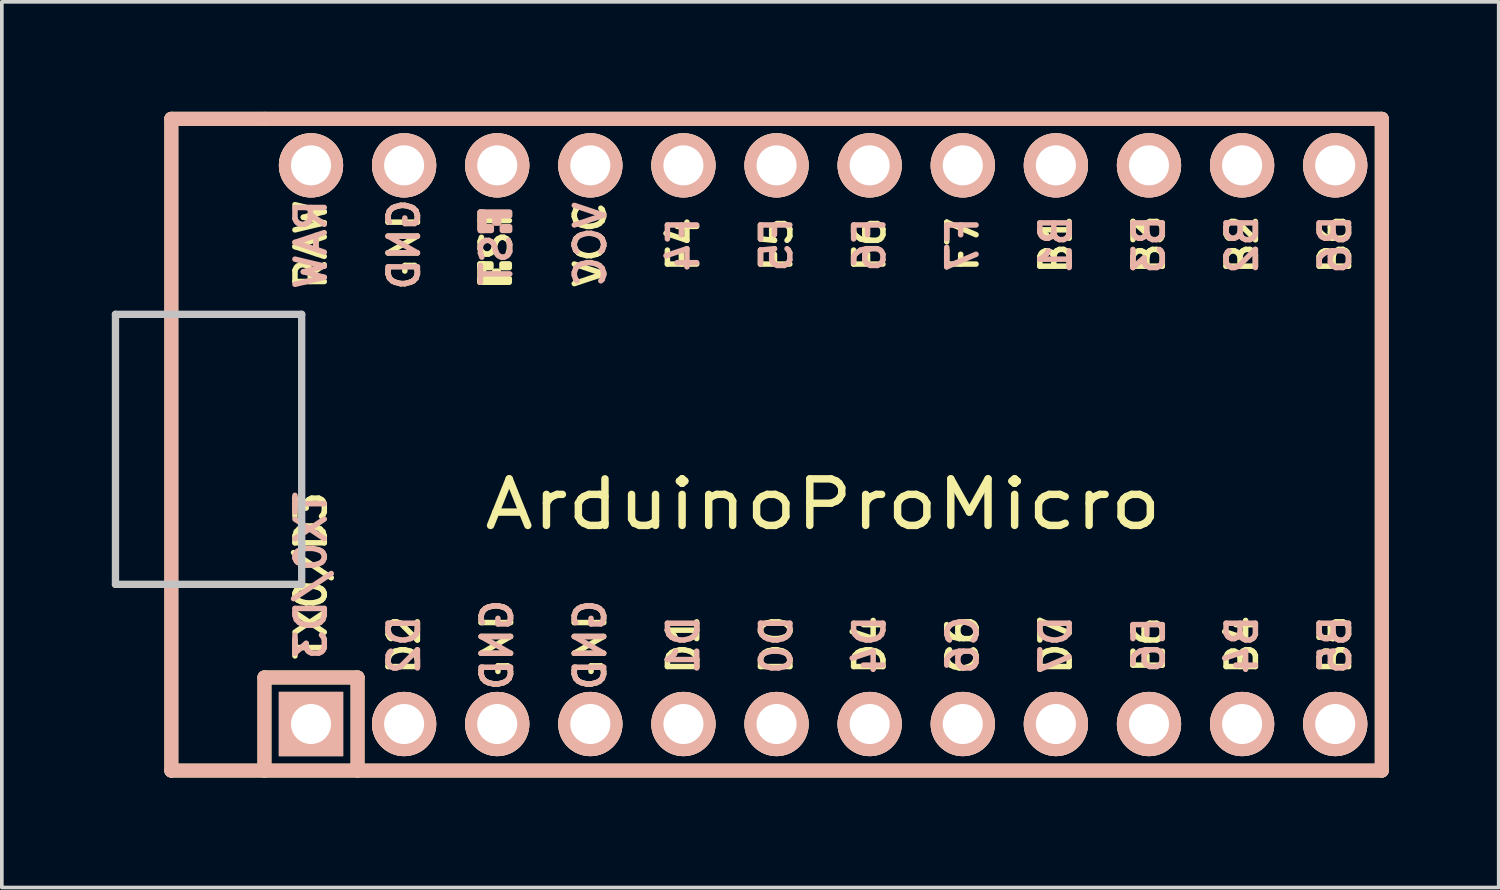
<source format=kicad_pcb>
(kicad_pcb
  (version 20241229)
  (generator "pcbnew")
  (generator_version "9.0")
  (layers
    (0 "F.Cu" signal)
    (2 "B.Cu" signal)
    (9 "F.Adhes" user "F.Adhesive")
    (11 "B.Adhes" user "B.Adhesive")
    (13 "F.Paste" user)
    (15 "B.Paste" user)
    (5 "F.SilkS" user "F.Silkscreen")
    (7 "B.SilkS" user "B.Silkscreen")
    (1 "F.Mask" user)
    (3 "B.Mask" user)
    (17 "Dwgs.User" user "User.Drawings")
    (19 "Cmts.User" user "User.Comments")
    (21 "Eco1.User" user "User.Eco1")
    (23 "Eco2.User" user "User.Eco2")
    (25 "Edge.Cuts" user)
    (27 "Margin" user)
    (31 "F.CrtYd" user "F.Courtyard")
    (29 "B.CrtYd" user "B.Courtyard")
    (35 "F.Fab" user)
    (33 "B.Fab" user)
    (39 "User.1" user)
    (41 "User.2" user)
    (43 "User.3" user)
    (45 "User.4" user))
  (footprint "ArduinoProMicro"
    (layer "F.Cu")
    (at 19.404 9.081)
    (property "Reference" "ArduinoProMicro" (at 0 1.625 0) (layer "F.SilkS") (effects (font (size 1.27 1.524) (thickness 0.203))))
    (attr through_hole)
    (fp_line (start -17.78 -8.89) (end -17.78 8.89) (stroke (width 0.381) (type solid)) (layer "F.SilkS"))
    (fp_line (start -17.78 8.89) (end -15.24 8.89) (stroke (width 0.381) (type solid)) (layer "F.SilkS"))
    (fp_line (start -15.24 -8.89) (end -17.78 -8.89) (stroke (width 0.381) (type solid)) (layer "F.SilkS"))
    (fp_line (start -15.24 6.35) (end -15.24 8.89) (stroke (width 0.381) (type solid)) (layer "F.SilkS"))
    (fp_line (start -15.24 6.35) (end -12.7 6.35) (stroke (width 0.381) (type solid)) (layer "F.SilkS"))
    (fp_line (start -15.24 8.89) (end 15.24 8.89) (stroke (width 0.381) (type solid)) (layer "F.SilkS"))
    (fp_line (start -12.7 6.35) (end -12.7 8.89) (stroke (width 0.381) (type solid)) (layer "F.SilkS"))
    (fp_line (start 15.24 -8.89) (end -15.24 -8.89) (stroke (width 0.381) (type solid)) (layer "F.SilkS"))
    (fp_line (start 15.24 8.89) (end 15.24 -8.89) (stroke (width 0.381) (type solid)) (layer "F.SilkS"))
    (fp_poly (pts (xy -9.361 -4.932) (xy -9.261 -4.932) (xy -9.261 -4.432) (xy -9.361 -4.432)) (stroke (width 0.15) (type solid)) (fill yes) (layer "F.SilkS"))
    (fp_poly (pts (xy -9.361 -4.932) (xy -9.061 -4.932) (xy -9.061 -4.832) (xy -9.361 -4.832)) (stroke (width 0.15) (type solid)) (fill yes) (layer "F.SilkS"))
    (fp_poly (pts (xy -9.361 -4.532) (xy -8.561 -4.532) (xy -8.561 -4.432) (xy -9.361 -4.432)) (stroke (width 0.15) (type solid)) (fill yes) (layer "F.SilkS"))
    (fp_poly (pts (xy -8.961 -4.732) (xy -8.861 -4.732) (xy -8.861 -4.632) (xy -8.961 -4.632)) (stroke (width 0.15) (type solid)) (fill yes) (layer "F.SilkS"))
    (fp_poly (pts (xy -8.761 -4.932) (xy -8.561 -4.932) (xy -8.561 -4.832) (xy -8.761 -4.832)) (stroke (width 0.15) (type solid)) (fill yes) (layer "F.SilkS"))
    (fp_line (start -17.78 -8.89) (end -17.78 8.89) (stroke (width 0.381) (type solid)) (layer "B.SilkS"))
    (fp_line (start -17.78 8.89) (end 15.24 8.89) (stroke (width 0.381) (type solid)) (layer "B.SilkS"))
    (fp_line (start -15.24 6.35) (end -15.24 8.89) (stroke (width 0.381) (type solid)) (layer "B.SilkS"))
    (fp_line (start -15.24 6.35) (end -12.7 6.35) (stroke (width 0.381) (type solid)) (layer "B.SilkS"))
    (fp_line (start -12.7 6.35) (end -12.7 8.89) (stroke (width 0.381) (type solid)) (layer "B.SilkS"))
    (fp_line (start 15.24 -8.89) (end -17.78 -8.89) (stroke (width 0.381) (type solid)) (layer "B.SilkS"))
    (fp_line (start 15.24 8.89) (end 15.24 -8.89) (stroke (width 0.381) (type solid)) (layer "B.SilkS"))
    (fp_poly (pts (xy -9.351 -6.245) (xy -8.551 -6.245) (xy -8.551 -6.345) (xy -9.351 -6.345)) (stroke (width 0.15) (type solid)) (fill yes) (layer "B.SilkS"))
    (fp_poly (pts (xy -9.351 -5.845) (xy -9.251 -5.845) (xy -9.251 -6.345) (xy -9.351 -6.345)) (stroke (width 0.15) (type solid)) (fill yes) (layer "B.SilkS"))
    (fp_poly (pts (xy -9.351 -5.845) (xy -9.051 -5.845) (xy -9.051 -5.945) (xy -9.351 -5.945)) (stroke (width 0.15) (type solid)) (fill yes) (layer "B.SilkS"))
    (fp_poly (pts (xy -8.951 -6.045) (xy -8.851 -6.045) (xy -8.851 -6.145) (xy -8.951 -6.145)) (stroke (width 0.15) (type solid)) (fill yes) (layer "B.SilkS"))
    (fp_poly (pts (xy -8.751 -5.845) (xy -8.551 -5.845) (xy -8.551 -5.945) (xy -8.751 -5.945)) (stroke (width 0.15) (type solid)) (fill yes) (layer "B.SilkS"))
    (fp_line (start -19.304 -3.556) (end -14.224 -3.556) (stroke (width 0.2) (type solid)) (layer "Dwgs.User"))
    (fp_line (start -19.304 3.81) (end -19.304 -3.556) (stroke (width 0.2) (type solid)) (layer "Dwgs.User"))
    (fp_line (start -14.224 -3.556) (end -14.224 3.81) (stroke (width 0.2) (type solid)) (layer "Dwgs.User"))
    (fp_line (start -14.224 3.81) (end -19.304 3.81) (stroke (width 0.2) (type solid)) (layer "Dwgs.User"))
    (fp_text user "GND" (at -11.43 -5.461 90) (layer "F.SilkS") (effects (font (size 0.8 0.8) (thickness 0.15))))
    (fp_text user "B5" (at 13.97 5.461 90) (layer "F.SilkS") (effects (font (size 0.8 0.8) (thickness 0.15))))
    (fp_text user "B2" (at 11.43 -5.461 90) (layer "F.SilkS") (effects (font (size 0.8 0.8) (thickness 0.15))))
    (fp_text user "B1" (at 6.35 -5.461 90) (layer "F.SilkS") (effects (font (size 0.8 0.8) (thickness 0.15))))
    (fp_text user "GND" (at -6.35 5.461 90) (layer "F.SilkS") (effects (font (size 0.8 0.8) (thickness 0.15))))
    (fp_text user "B6" (at 13.97 -5.461 90) (layer "F.SilkS") (effects (font (size 0.8 0.8) (thickness 0.15))))
    (fp_text user "D2" (at -11.43 5.461 90) (layer "F.SilkS") (effects (font (size 0.8 0.8) (thickness 0.15))))
    (fp_text user "GND" (at -8.89 5.461 90) (layer "F.SilkS") (effects (font (size 0.8 0.8) (thickness 0.15))))
    (fp_text user "B3" (at 8.89 -5.461 90) (layer "F.SilkS") (effects (font (size 0.8 0.8) (thickness 0.15))))
    (fp_text user "F4" (at -3.81 -5.461 90) (layer "F.SilkS") (effects (font (size 0.8 0.8) (thickness 0.15))))
    (fp_text user "TX0/D3" (at -13.97 3.572 90) (layer "F.SilkS") (effects (font (size 0.8 0.8) (thickness 0.15))))
    (fp_text user "E6" (at 8.89 5.461 90) (layer "F.SilkS") (effects (font (size 0.8 0.8) (thickness 0.15))))
    (fp_text user "F5" (at -1.27 -5.461 90) (layer "F.SilkS") (effects (font (size 0.8 0.8) (thickness 0.15))))
    (fp_text user "F7" (at 3.81 -5.461 90) (layer "F.SilkS") (effects (font (size 0.8 0.8) (thickness 0.15))))
    (fp_text user "D4" (at 1.27 5.461 90) (layer "F.SilkS") (effects (font (size 0.8 0.8) (thickness 0.15))))
    (fp_text user "D0" (at -1.27 5.461 90) (layer "F.SilkS") (effects (font (size 0.8 0.8) (thickness 0.15))))
    (fp_text user "C6" (at 3.81 5.461 90) (layer "F.SilkS") (effects (font (size 0.8 0.8) (thickness 0.15))))
    (fp_text user "F6" (at 1.27 -5.461 90) (layer "F.SilkS") (effects (font (size 0.8 0.8) (thickness 0.15))))
    (fp_text user "D1" (at -3.81 5.461 90) (layer "F.SilkS") (effects (font (size 0.8 0.8) (thickness 0.15))))
    (fp_text user "RAW" (at -13.97 -5.461 90) (layer "F.SilkS") (effects (font (size 0.8 0.8) (thickness 0.15))))
    (fp_text user "D7" (at 6.35 5.461 90) (layer "F.SilkS") (effects (font (size 0.8 0.8) (thickness 0.15))))
    (fp_text user "B4" (at 11.43 5.461 90) (layer "F.SilkS") (effects (font (size 0.8 0.8) (thickness 0.15))))
    (fp_text user "ST" (at -8.92 -5.733 90) (layer "F.SilkS") (effects (font (size 0.8 0.8) (thickness 0.15))))
    (fp_text user "VCC" (at -6.35 -5.461 90) (layer "F.SilkS") (effects (font (size 0.8 0.8) (thickness 0.15))))
    (fp_text user "GND" (at -8.89 5.461 90) (layer "B.SilkS") (effects (font (size 0.8 0.8) (thickness 0.15)) (justify mirror)))
    (fp_text user "B5" (at 13.97 5.461 90) (layer "B.SilkS") (effects (font (size 0.8 0.8) (thickness 0.15)) (justify mirror)))
    (fp_text user "B3" (at 8.89 -5.461 90) (layer "B.SilkS") (effects (font (size 0.8 0.8) (thickness 0.15)) (justify mirror)))
    (fp_text user "VCC" (at -6.35 -5.461 90) (layer "B.SilkS") (effects (font (size 0.8 0.8) (thickness 0.15)) (justify mirror)))
    (fp_text user "F6" (at 1.27 -5.461 90) (layer "B.SilkS") (effects (font (size 0.8 0.8) (thickness 0.15)) (justify mirror)))
    (fp_text user "D1" (at -3.81 5.461 90) (layer "B.SilkS") (effects (font (size 0.8 0.8) (thickness 0.15)) (justify mirror)))
    (fp_text user "C6" (at 3.81 5.461 90) (layer "B.SilkS") (effects (font (size 0.8 0.8) (thickness 0.15)) (justify mirror)))
    (fp_text user "F7" (at 3.81 -5.461 90) (layer "B.SilkS") (effects (font (size 0.8 0.8) (thickness 0.15)) (justify mirror)))
    (fp_text user "E6" (at 8.89 5.461 90) (layer "B.SilkS") (effects (font (size 0.8 0.8) (thickness 0.15)) (justify mirror)))
    (fp_text user "TX0/D3" (at -13.97 3.572 90) (layer "B.SilkS") (effects (font (size 0.8 0.8) (thickness 0.15)) (justify mirror)))
    (fp_text user "D7" (at 6.35 5.461 90) (layer "B.SilkS") (effects (font (size 0.8 0.8) (thickness 0.15)) (justify mirror)))
    (fp_text user "B4" (at 11.43 5.461 90) (layer "B.SilkS") (effects (font (size 0.8 0.8) (thickness 0.15)) (justify mirror)))
    (fp_text user "RAW" (at -13.97 -5.461 90) (layer "B.SilkS") (effects (font (size 0.8 0.8) (thickness 0.15)) (justify mirror)))
    (fp_text user "F5" (at -1.27 -5.461 90) (layer "B.SilkS") (effects (font (size 0.8 0.8) (thickness 0.15)) (justify mirror)))
    (fp_text user "D4" (at 1.27 5.461 90) (layer "B.SilkS") (effects (font (size 0.8 0.8) (thickness 0.15)) (justify mirror)))
    (fp_text user "GND" (at -11.43 -5.461 90) (layer "B.SilkS") (effects (font (size 0.8 0.8) (thickness 0.15)) (justify mirror)))
    (fp_text user "ST" (at -8.91 -5.04 90) (layer "B.SilkS") (effects (font (size 0.8 0.8) (thickness 0.15)) (justify mirror)))
    (fp_text user "D0" (at -1.27 5.461 90) (layer "B.SilkS") (effects (font (size 0.8 0.8) (thickness 0.15)) (justify mirror)))
    (fp_text user "GND" (at -6.35 5.461 90) (layer "B.SilkS") (effects (font (size 0.8 0.8) (thickness 0.15)) (justify mirror)))
    (fp_text user "D2" (at -11.43 5.461 90) (layer "B.SilkS") (effects (font (size 0.8 0.8) (thickness 0.15)) (justify mirror)))
    (fp_text user "B2" (at 11.43 -5.461 90) (layer "B.SilkS") (effects (font (size 0.8 0.8) (thickness 0.15)) (justify mirror)))
    (fp_text user "B6" (at 13.97 -5.461 90) (layer "B.SilkS") (effects (font (size 0.8 0.8) (thickness 0.15)) (justify mirror)))
    (fp_text user "F4" (at -3.81 -5.461 90) (layer "B.SilkS") (effects (font (size 0.8 0.8) (thickness 0.15)) (justify mirror)))
    (fp_text user "B1" (at 6.35 -5.461 90) (layer "B.SilkS") (effects (font (size 0.8 0.8) (thickness 0.15)) (justify mirror)))
    (pad "1" thru_hole rect (at -13.97 7.62) (size 1.753 1.753) (drill 1.092) (layers "*.Cu" "*.SilkS" "*.Mask"))
    (pad "2" thru_hole circle (at -11.43 7.62) (size 1.753 1.753) (drill 1.092) (layers "*.Cu" "*.SilkS" "*.Mask"))
    (pad "3" thru_hole circle (at -8.89 7.62) (size 1.753 1.753) (drill 1.092) (layers "*.Cu" "*.SilkS" "*.Mask"))
    (pad "4" thru_hole circle (at -6.35 7.62) (size 1.753 1.753) (drill 1.092) (layers "*.Cu" "*.SilkS" "*.Mask"))
    (pad "5" thru_hole circle (at -3.81 7.62) (size 1.753 1.753) (drill 1.092) (layers "*.Cu" "*.SilkS" "*.Mask"))
    (pad "6" thru_hole circle (at -1.27 7.62) (size 1.753 1.753) (drill 1.092) (layers "*.Cu" "*.SilkS" "*.Mask"))
    (pad "7" thru_hole circle (at 1.27 7.62) (size 1.753 1.753) (drill 1.092) (layers "*.Cu" "*.SilkS" "*.Mask"))
    (pad "8" thru_hole circle (at 3.81 7.62) (size 1.753 1.753) (drill 1.092) (layers "*.Cu" "*.SilkS" "*.Mask"))
    (pad "9" thru_hole circle (at 6.35 7.62) (size 1.753 1.753) (drill 1.092) (layers "*.Cu" "*.SilkS" "*.Mask"))
    (pad "10" thru_hole circle (at 8.89 7.62) (size 1.753 1.753) (drill 1.092) (layers "*.Cu" "*.SilkS" "*.Mask"))
    (pad "11" thru_hole circle (at 11.43 7.62) (size 1.753 1.753) (drill 1.092) (layers "*.Cu" "*.SilkS" "*.Mask"))
    (pad "12" thru_hole circle (at 13.97 7.62) (size 1.753 1.753) (drill 1.092) (layers "*.Cu" "*.SilkS" "*.Mask"))
    (pad "13" thru_hole circle (at 13.97 -7.62) (size 1.753 1.753) (drill 1.092) (layers "*.Cu" "*.SilkS" "*.Mask"))
    (pad "14" thru_hole circle (at 11.43 -7.62) (size 1.753 1.753) (drill 1.092) (layers "*.Cu" "*.SilkS" "*.Mask"))
    (pad "15" thru_hole circle (at 8.89 -7.62) (size 1.753 1.753) (drill 1.092) (layers "*.Cu" "*.SilkS" "*.Mask"))
    (pad "16" thru_hole circle (at 6.35 -7.62) (size 1.753 1.753) (drill 1.092) (layers "*.Cu" "*.SilkS" "*.Mask"))
    (pad "17" thru_hole circle (at 3.81 -7.62) (size 1.753 1.753) (drill 1.092) (layers "*.Cu" "*.SilkS" "*.Mask"))
    (pad "18" thru_hole circle (at 1.27 -7.62) (size 1.753 1.753) (drill 1.092) (layers "*.Cu" "*.SilkS" "*.Mask"))
    (pad "19" thru_hole circle (at -1.27 -7.62) (size 1.753 1.753) (drill 1.092) (layers "*.Cu" "*.SilkS" "*.Mask"))
    (pad "20" thru_hole circle (at -3.81 -7.62) (size 1.753 1.753) (drill 1.092) (layers "*.Cu" "*.SilkS" "*.Mask"))
    (pad "21" thru_hole circle (at -6.35 -7.62) (size 1.753 1.753) (drill 1.092) (layers "*.Cu" "*.SilkS" "*.Mask"))
    (pad "22" thru_hole circle (at -8.89 -7.62) (size 1.753 1.753) (drill 1.092) (layers "*.Cu" "*.SilkS" "*.Mask"))
    (pad "23" thru_hole circle (at -11.43 -7.62) (size 1.753 1.753) (drill 1.092) (layers "*.Cu" "*.SilkS" "*.Mask"))
    (pad "24" thru_hole circle (at -13.97 -7.62) (size 1.753 1.753) (drill 1.092) (layers "*.Cu" "*.SilkS" "*.Mask")))
  (gr_rect
    (start -3 -3)
    (end 37.834 21.161)
    (stroke (width 0.1) (type default))
    (fill no)
    (layer "Edge.Cuts")))
</source>
